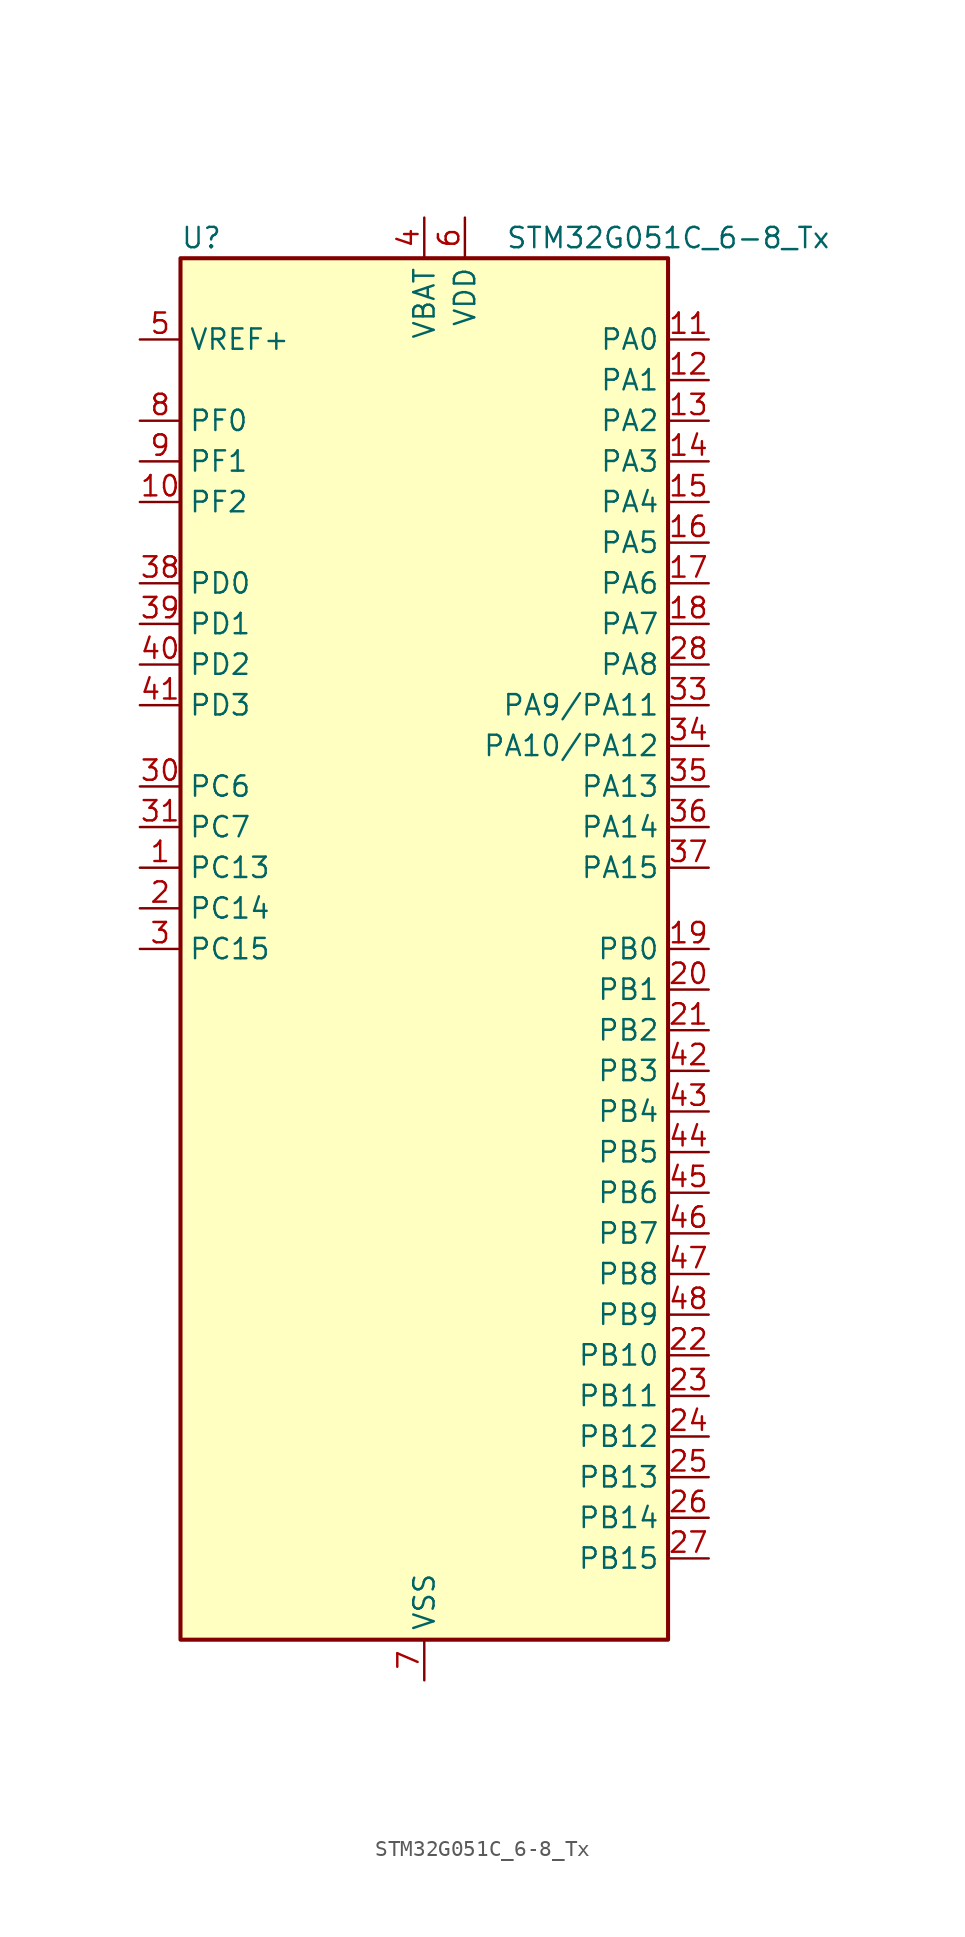
<source format=kicad_sym>
(kicad_symbol_lib
  (version 20231120)
  (generator "kicad-library-utils")
  (generator_version "8.0")
  (symbol "STM32G051C_6-8_Tx"
    (property "Reference" "U"
      (at -15.24 44.45 0)
      (effects (font (size 1.27 1.27)) (justify left)))
    (property "Value" "STM32G051C_6-8_Tx"
      (at 5.08 44.45 0)
      (effects (font (size 1.27 1.27)) (justify left)))
    (symbol "STM32G051C_6-8_Tx_0_1"
      (rectangle (start -15.24 -43.18) (end 15.24 43.18) (stroke (width 0.254) (type default)) (fill (type background))))
    (symbol "STM32G051C_6-8_Tx_1_1"
      (pin bidirectional line (at -17.78 5.08 0) (length 2.54) (name "PC13" (effects (font (size 1.27 1.27)))) (number "1" (effects (font (size 1.27 1.27)))) (alternate "RTC_OUT1" bidirectional line) (alternate "RTC_TAMP_IN1" bidirectional line) (alternate "RTC_TS" bidirectional line) (alternate "SYS_WKUP2" bidirectional line) (alternate "TIM1_BK" bidirectional line))
      (pin bidirectional line (at -17.78 27.94 0) (length 2.54) (name "PF2" (effects (font (size 1.27 1.27)))) (number "10" (effects (font (size 1.27 1.27)))) (alternate "RCC_MCO" bidirectional line))
      (pin bidirectional line (at 17.78 38.1 180) (length 2.54) (name "PA0" (effects (font (size 1.27 1.27)))) (number "11" (effects (font (size 1.27 1.27)))) (alternate "ADC1_IN0" bidirectional line) (alternate "COMP1_INM" bidirectional line) (alternate "COMP1_OUT" bidirectional line) (alternate "LPTIM1_OUT" bidirectional line) (alternate "RTC_TAMP_IN2" bidirectional line) (alternate "SPI2_SCK" bidirectional line) (alternate "SYS_WKUP1" bidirectional line) (alternate "TIM2_CH1" bidirectional line) (alternate "TIM2_ETR" bidirectional line) (alternate "USART2_CTS" bidirectional line) (alternate "USART2_NSS" bidirectional line))
      (pin bidirectional line (at 17.78 35.56 180) (length 2.54) (name "PA1" (effects (font (size 1.27 1.27)))) (number "12" (effects (font (size 1.27 1.27)))) (alternate "ADC1_IN1" bidirectional line) (alternate "COMP1_INP" bidirectional line) (alternate "I2C1_SMBA" bidirectional line) (alternate "I2S1_CK" bidirectional line) (alternate "SPI1_SCK" bidirectional line) (alternate "TIM15_CH1N" bidirectional line) (alternate "TIM2_CH2" bidirectional line) (alternate "USART2_CK" bidirectional line) (alternate "USART2_DE" bidirectional line) (alternate "USART2_RTS" bidirectional line))
      (pin bidirectional line (at 17.78 33.02 180) (length 2.54) (name "PA2" (effects (font (size 1.27 1.27)))) (number "13" (effects (font (size 1.27 1.27)))) (alternate "ADC1_IN2" bidirectional line) (alternate "COMP2_INM" bidirectional line) (alternate "COMP2_OUT" bidirectional line) (alternate "I2S1_SD" bidirectional line) (alternate "LPUART1_TX" bidirectional line) (alternate "RCC_LSCO" bidirectional line) (alternate "SPI1_MOSI" bidirectional line) (alternate "SYS_WKUP4" bidirectional line) (alternate "TIM15_CH1" bidirectional line) (alternate "TIM2_CH3" bidirectional line) (alternate "USART2_TX" bidirectional line))
      (pin bidirectional line (at 17.78 30.48 180) (length 2.54) (name "PA3" (effects (font (size 1.27 1.27)))) (number "14" (effects (font (size 1.27 1.27)))) (alternate "ADC1_IN3" bidirectional line) (alternate "COMP2_INP" bidirectional line) (alternate "LPUART1_RX" bidirectional line) (alternate "SPI2_MISO" bidirectional line) (alternate "TIM15_CH2" bidirectional line) (alternate "TIM2_CH4" bidirectional line) (alternate "USART2_RX" bidirectional line))
      (pin bidirectional line (at 17.78 27.94 180) (length 2.54) (name "PA4" (effects (font (size 1.27 1.27)))) (number "15" (effects (font (size 1.27 1.27)))) (alternate "ADC1_IN4" bidirectional line) (alternate "DAC1_OUT1" bidirectional line) (alternate "I2S1_WS" bidirectional line) (alternate "LPTIM2_OUT" bidirectional line) (alternate "RTC_OUT2" bidirectional line) (alternate "SPI1_NSS" bidirectional line) (alternate "SPI2_MOSI" bidirectional line) (alternate "TIM14_CH1" bidirectional line))
      (pin bidirectional line (at 17.78 25.4 180) (length 2.54) (name "PA5" (effects (font (size 1.27 1.27)))) (number "16" (effects (font (size 1.27 1.27)))) (alternate "ADC1_IN5" bidirectional line) (alternate "DAC1_OUT2" bidirectional line) (alternate "I2S1_CK" bidirectional line) (alternate "LPTIM2_ETR" bidirectional line) (alternate "SPI1_SCK" bidirectional line) (alternate "TIM2_CH1" bidirectional line) (alternate "TIM2_ETR" bidirectional line))
      (pin bidirectional line (at 17.78 22.86 180) (length 2.54) (name "PA6" (effects (font (size 1.27 1.27)))) (number "17" (effects (font (size 1.27 1.27)))) (alternate "ADC1_IN6" bidirectional line) (alternate "COMP1_OUT" bidirectional line) (alternate "I2S1_MCK" bidirectional line) (alternate "LPUART1_CTS" bidirectional line) (alternate "SPI1_MISO" bidirectional line) (alternate "TIM16_CH1" bidirectional line) (alternate "TIM1_BK" bidirectional line) (alternate "TIM3_CH1" bidirectional line))
      (pin bidirectional line (at 17.78 20.32 180) (length 2.54) (name "PA7" (effects (font (size 1.27 1.27)))) (number "18" (effects (font (size 1.27 1.27)))) (alternate "ADC1_IN7" bidirectional line) (alternate "COMP2_OUT" bidirectional line) (alternate "I2S1_SD" bidirectional line) (alternate "SPI1_MOSI" bidirectional line) (alternate "TIM14_CH1" bidirectional line) (alternate "TIM17_CH1" bidirectional line) (alternate "TIM1_CH1N" bidirectional line) (alternate "TIM3_CH2" bidirectional line))
      (pin bidirectional line (at 17.78 0 180) (length 2.54) (name "PB0" (effects (font (size 1.27 1.27)))) (number "19" (effects (font (size 1.27 1.27)))) (alternate "ADC1_IN8" bidirectional line) (alternate "COMP1_OUT" bidirectional line) (alternate "I2S1_WS" bidirectional line) (alternate "LPTIM1_OUT" bidirectional line) (alternate "SPI1_NSS" bidirectional line) (alternate "TIM1_CH2N" bidirectional line) (alternate "TIM3_CH3" bidirectional line))
      (pin bidirectional line (at -17.78 2.54 0) (length 2.54) (name "PC14" (effects (font (size 1.27 1.27)))) (number "2" (effects (font (size 1.27 1.27)))) (alternate "RCC_OSC32_IN" bidirectional line) (alternate "TIM1_BK2" bidirectional line))
      (pin bidirectional line (at 17.78 -2.54 180) (length 2.54) (name "PB1" (effects (font (size 1.27 1.27)))) (number "20" (effects (font (size 1.27 1.27)))) (alternate "ADC1_IN9" bidirectional line) (alternate "COMP1_INM" bidirectional line) (alternate "LPTIM2_IN1" bidirectional line) (alternate "LPUART1_DE" bidirectional line) (alternate "LPUART1_RTS" bidirectional line) (alternate "TIM14_CH1" bidirectional line) (alternate "TIM1_CH3N" bidirectional line) (alternate "TIM3_CH4" bidirectional line))
      (pin bidirectional line (at 17.78 -5.08 180) (length 2.54) (name "PB2" (effects (font (size 1.27 1.27)))) (number "21" (effects (font (size 1.27 1.27)))) (alternate "ADC1_IN10" bidirectional line) (alternate "COMP1_INP" bidirectional line) (alternate "LPTIM1_OUT" bidirectional line) (alternate "SPI2_MISO" bidirectional line))
      (pin bidirectional line (at 17.78 -25.4 180) (length 2.54) (name "PB10" (effects (font (size 1.27 1.27)))) (number "22" (effects (font (size 1.27 1.27)))) (alternate "ADC1_IN11" bidirectional line) (alternate "COMP1_OUT" bidirectional line) (alternate "I2C2_SCL" bidirectional line) (alternate "LPUART1_RX" bidirectional line) (alternate "SPI2_SCK" bidirectional line) (alternate "TIM2_CH3" bidirectional line))
      (pin bidirectional line (at 17.78 -27.94 180) (length 2.54) (name "PB11" (effects (font (size 1.27 1.27)))) (number "23" (effects (font (size 1.27 1.27)))) (alternate "ADC1_EXTI11" bidirectional line) (alternate "ADC1_IN15" bidirectional line) (alternate "COMP2_OUT" bidirectional line) (alternate "I2C2_SDA" bidirectional line) (alternate "LPUART1_TX" bidirectional line) (alternate "SPI2_MOSI" bidirectional line) (alternate "TIM2_CH4" bidirectional line))
      (pin bidirectional line (at 17.78 -30.48 180) (length 2.54) (name "PB12" (effects (font (size 1.27 1.27)))) (number "24" (effects (font (size 1.27 1.27)))) (alternate "ADC1_IN16" bidirectional line) (alternate "LPUART1_DE" bidirectional line) (alternate "LPUART1_RTS" bidirectional line) (alternate "SPI2_NSS" bidirectional line) (alternate "TIM15_BK" bidirectional line) (alternate "TIM1_BK" bidirectional line))
      (pin bidirectional line (at 17.78 -33.02 180) (length 2.54) (name "PB13" (effects (font (size 1.27 1.27)))) (number "25" (effects (font (size 1.27 1.27)))) (alternate "I2C2_SCL" bidirectional line) (alternate "LPUART1_CTS" bidirectional line) (alternate "SPI2_SCK" bidirectional line) (alternate "TIM15_CH1N" bidirectional line) (alternate "TIM1_CH1N" bidirectional line))
      (pin bidirectional line (at 17.78 -35.56 180) (length 2.54) (name "PB14" (effects (font (size 1.27 1.27)))) (number "26" (effects (font (size 1.27 1.27)))) (alternate "I2C2_SDA" bidirectional line) (alternate "SPI2_MISO" bidirectional line) (alternate "TIM15_CH1" bidirectional line) (alternate "TIM1_CH2N" bidirectional line))
      (pin bidirectional line (at 17.78 -38.1 180) (length 2.54) (name "PB15" (effects (font (size 1.27 1.27)))) (number "27" (effects (font (size 1.27 1.27)))) (alternate "RTC_REFIN" bidirectional line) (alternate "SPI2_MOSI" bidirectional line) (alternate "TIM15_CH1N" bidirectional line) (alternate "TIM15_CH2" bidirectional line) (alternate "TIM1_CH3N" bidirectional line))
      (pin bidirectional line (at 17.78 17.78 180) (length 2.54) (name "PA8" (effects (font (size 1.27 1.27)))) (number "28" (effects (font (size 1.27 1.27)))) (alternate "LPTIM2_OUT" bidirectional line) (alternate "RCC_MCO" bidirectional line) (alternate "SPI2_NSS" bidirectional line) (alternate "TIM1_CH1" bidirectional line))
      (pin no_connect line (at -15.24 -43.18 0) (length 2.54) hide (name "NC/PA9" (effects (font (size 1.27 1.27)))) (number "29" (effects (font (size 1.27 1.27)))) (alternate "NC" bidirectional line) (alternate "PA9" bidirectional line) (alternate "DAC1_EXTI9 (PA9)" bidirectional line) (alternate "I2C1_SCL (PA9)" bidirectional line) (alternate "RCC_MCO (PA9)" bidirectional line) (alternate "SPI2_MISO (PA9)" bidirectional line) (alternate "TIM15_BK (PA9)" bidirectional line) (alternate "TIM1_CH2 (PA9)" bidirectional line) (alternate "USART1_TX (PA9)" bidirectional line))
      (pin bidirectional line (at -17.78 0 0) (length 2.54) (name "PC15" (effects (font (size 1.27 1.27)))) (number "3" (effects (font (size 1.27 1.27)))) (alternate "RCC_OSC32_EN" bidirectional line) (alternate "RCC_OSC32_OUT" bidirectional line) (alternate "RCC_OSC_EN" bidirectional line) (alternate "TIM15_BK" bidirectional line))
      (pin bidirectional line (at -17.78 10.16 0) (length 2.54) (name "PC6" (effects (font (size 1.27 1.27)))) (number "30" (effects (font (size 1.27 1.27)))) (alternate "TIM2_CH3" bidirectional line) (alternate "TIM3_CH1" bidirectional line))
      (pin bidirectional line (at -17.78 7.62 0) (length 2.54) (name "PC7" (effects (font (size 1.27 1.27)))) (number "31" (effects (font (size 1.27 1.27)))) (alternate "TIM2_CH4" bidirectional line) (alternate "TIM3_CH2" bidirectional line))
      (pin no_connect line (at -15.24 -40.64 0) (length 2.54) hide (name "NC/PA10" (effects (font (size 1.27 1.27)))) (number "32" (effects (font (size 1.27 1.27)))) (alternate "NC" bidirectional line) (alternate "PA10" bidirectional line) (alternate "I2C1_SDA (PA10)" bidirectional line) (alternate "SPI2_MOSI (PA10)" bidirectional line) (alternate "TIM17_BK (PA10)" bidirectional line) (alternate "TIM1_CH3 (PA10)" bidirectional line) (alternate "USART1_RX (PA10)" bidirectional line))
      (pin bidirectional line (at 17.78 15.24 180) (length 2.54) (name "PA9/PA11" (effects (font (size 1.27 1.27)))) (number "33" (effects (font (size 1.27 1.27)))) (alternate "PA9" bidirectional line) (alternate "DAC1_EXTI9 (PA9)" bidirectional line) (alternate "I2C1_SCL (PA9)" bidirectional line) (alternate "RCC_MCO (PA9)" bidirectional line) (alternate "SPI2_MISO (PA9)" bidirectional line) (alternate "TIM15_BK (PA9)" bidirectional line) (alternate "TIM1_CH2 (PA9)" bidirectional line) (alternate "USART1_TX (PA9)" bidirectional line) (alternate "PA11" bidirectional line) (alternate "ADC1_EXTI11 (PA11)" bidirectional line) (alternate "COMP1_OUT (PA11)" bidirectional line) (alternate "I2C2_SCL (PA11)" bidirectional line) (alternate "I2S1_MCK (PA11)" bidirectional line) (alternate "SPI1_MISO (PA11)" bidirectional line) (alternate "TIM1_BK2 (PA11)" bidirectional line) (alternate "TIM1_CH4 (PA11)" bidirectional line) (alternate "USART1_CTS (PA11)" bidirectional line) (alternate "USART1_NSS (PA11)" bidirectional line))
      (pin bidirectional line (at 17.78 12.7 180) (length 2.54) (name "PA10/PA12" (effects (font (size 1.27 1.27)))) (number "34" (effects (font (size 1.27 1.27)))) (alternate "PA10" bidirectional line) (alternate "I2C1_SDA (PA10)" bidirectional line) (alternate "SPI2_MOSI (PA10)" bidirectional line) (alternate "TIM17_BK (PA10)" bidirectional line) (alternate "TIM1_CH3 (PA10)" bidirectional line) (alternate "USART1_RX (PA10)" bidirectional line) (alternate "PA12" bidirectional line) (alternate "COMP2_OUT (PA12)" bidirectional line) (alternate "I2C2_SDA (PA12)" bidirectional line) (alternate "I2S1_SD (PA12)" bidirectional line) (alternate "I2S_CKIN (PA12)" bidirectional line) (alternate "SPI1_MOSI (PA12)" bidirectional line) (alternate "TIM1_ETR (PA12)" bidirectional line) (alternate "USART1_CK (PA12)" bidirectional line) (alternate "USART1_DE (PA12)" bidirectional line) (alternate "USART1_RTS (PA12)" bidirectional line))
      (pin bidirectional line (at 17.78 10.16 180) (length 2.54) (name "PA13" (effects (font (size 1.27 1.27)))) (number "35" (effects (font (size 1.27 1.27)))) (alternate "ADC1_IN17" bidirectional line) (alternate "IR_OUT" bidirectional line) (alternate "SYS_SWDIO" bidirectional line))
      (pin bidirectional line (at 17.78 7.62 180) (length 2.54) (name "PA14" (effects (font (size 1.27 1.27)))) (number "36" (effects (font (size 1.27 1.27)))) (alternate "ADC1_IN18" bidirectional line) (alternate "SYS_SWCLK" bidirectional line) (alternate "USART2_TX" bidirectional line))
      (pin bidirectional line (at 17.78 5.08 180) (length 2.54) (name "PA15" (effects (font (size 1.27 1.27)))) (number "37" (effects (font (size 1.27 1.27)))) (alternate "I2S1_WS" bidirectional line) (alternate "SPI1_NSS" bidirectional line) (alternate "TIM2_CH1" bidirectional line) (alternate "TIM2_ETR" bidirectional line) (alternate "USART2_RX" bidirectional line))
      (pin bidirectional line (at -17.78 22.86 0) (length 2.54) (name "PD0" (effects (font (size 1.27 1.27)))) (number "38" (effects (font (size 1.27 1.27)))) (alternate "SPI2_NSS" bidirectional line) (alternate "TIM16_CH1" bidirectional line))
      (pin bidirectional line (at -17.78 20.32 0) (length 2.54) (name "PD1" (effects (font (size 1.27 1.27)))) (number "39" (effects (font (size 1.27 1.27)))) (alternate "SPI2_SCK" bidirectional line) (alternate "TIM17_CH1" bidirectional line))
      (pin power_in line (at 0 45.72 270) (length 2.54) (name "VBAT" (effects (font (size 1.27 1.27)))) (number "4" (effects (font (size 1.27 1.27)))))
      (pin bidirectional line (at -17.78 17.78 0) (length 2.54) (name "PD2" (effects (font (size 1.27 1.27)))) (number "40" (effects (font (size 1.27 1.27)))) (alternate "TIM1_CH1N" bidirectional line) (alternate "TIM3_ETR" bidirectional line))
      (pin bidirectional line (at -17.78 15.24 0) (length 2.54) (name "PD3" (effects (font (size 1.27 1.27)))) (number "41" (effects (font (size 1.27 1.27)))) (alternate "SPI2_MISO" bidirectional line) (alternate "TIM1_CH2N" bidirectional line) (alternate "USART2_CTS" bidirectional line) (alternate "USART2_NSS" bidirectional line))
      (pin bidirectional line (at 17.78 -7.62 180) (length 2.54) (name "PB3" (effects (font (size 1.27 1.27)))) (number "42" (effects (font (size 1.27 1.27)))) (alternate "COMP2_INM" bidirectional line) (alternate "I2S1_CK" bidirectional line) (alternate "SPI1_SCK" bidirectional line) (alternate "TIM1_CH2" bidirectional line) (alternate "TIM2_CH2" bidirectional line) (alternate "USART1_CK" bidirectional line) (alternate "USART1_DE" bidirectional line) (alternate "USART1_RTS" bidirectional line))
      (pin bidirectional line (at 17.78 -10.16 180) (length 2.54) (name "PB4" (effects (font (size 1.27 1.27)))) (number "43" (effects (font (size 1.27 1.27)))) (alternate "COMP2_INP" bidirectional line) (alternate "I2S1_MCK" bidirectional line) (alternate "SPI1_MISO" bidirectional line) (alternate "TIM17_BK" bidirectional line) (alternate "TIM3_CH1" bidirectional line) (alternate "USART1_CTS" bidirectional line) (alternate "USART1_NSS" bidirectional line))
      (pin bidirectional line (at 17.78 -12.7 180) (length 2.54) (name "PB5" (effects (font (size 1.27 1.27)))) (number "44" (effects (font (size 1.27 1.27)))) (alternate "COMP2_OUT" bidirectional line) (alternate "I2C1_SMBA" bidirectional line) (alternate "I2S1_SD" bidirectional line) (alternate "LPTIM1_IN1" bidirectional line) (alternate "SPI1_MOSI" bidirectional line) (alternate "SYS_WKUP6" bidirectional line) (alternate "TIM16_BK" bidirectional line) (alternate "TIM3_CH2" bidirectional line))
      (pin bidirectional line (at 17.78 -15.24 180) (length 2.54) (name "PB6" (effects (font (size 1.27 1.27)))) (number "45" (effects (font (size 1.27 1.27)))) (alternate "COMP2_INP" bidirectional line) (alternate "I2C1_SCL" bidirectional line) (alternate "LPTIM1_ETR" bidirectional line) (alternate "SPI2_MISO" bidirectional line) (alternate "TIM16_CH1N" bidirectional line) (alternate "TIM1_CH3" bidirectional line) (alternate "USART1_TX" bidirectional line))
      (pin bidirectional line (at 17.78 -17.78 180) (length 2.54) (name "PB7" (effects (font (size 1.27 1.27)))) (number "46" (effects (font (size 1.27 1.27)))) (alternate "COMP2_INM" bidirectional line) (alternate "I2C1_SDA" bidirectional line) (alternate "LPTIM1_IN2" bidirectional line) (alternate "SPI2_MOSI" bidirectional line) (alternate "SYS_PVD_IN" bidirectional line) (alternate "TIM17_CH1N" bidirectional line) (alternate "USART1_RX" bidirectional line))
      (pin bidirectional line (at 17.78 -20.32 180) (length 2.54) (name "PB8" (effects (font (size 1.27 1.27)))) (number "47" (effects (font (size 1.27 1.27)))) (alternate "I2C1_SCL" bidirectional line) (alternate "SPI2_SCK" bidirectional line) (alternate "TIM15_BK" bidirectional line) (alternate "TIM16_CH1" bidirectional line))
      (pin bidirectional line (at 17.78 -22.86 180) (length 2.54) (name "PB9" (effects (font (size 1.27 1.27)))) (number "48" (effects (font (size 1.27 1.27)))) (alternate "DAC1_EXTI9" bidirectional line) (alternate "I2C1_SDA" bidirectional line) (alternate "IR_OUT" bidirectional line) (alternate "SPI2_NSS" bidirectional line) (alternate "TIM17_CH1" bidirectional line))
      (pin input line (at -17.78 38.1 0) (length 2.54) (name "VREF+" (effects (font (size 1.27 1.27)))) (number "5" (effects (font (size 1.27 1.27)))) (alternate "VREFBUF_OUT" bidirectional line))
      (pin power_in line (at 2.54 45.72 270) (length 2.54) (name "VDD" (effects (font (size 1.27 1.27)))) (number "6" (effects (font (size 1.27 1.27)))))
      (pin power_in line (at 0 -45.72 90) (length 2.54) (name "VSS" (effects (font (size 1.27 1.27)))) (number "7" (effects (font (size 1.27 1.27)))))
      (pin bidirectional line (at -17.78 33.02 0) (length 2.54) (name "PF0" (effects (font (size 1.27 1.27)))) (number "8" (effects (font (size 1.27 1.27)))) (alternate "RCC_OSC_IN" bidirectional line) (alternate "TIM14_CH1" bidirectional line))
      (pin bidirectional line (at -17.78 30.48 0) (length 2.54) (name "PF1" (effects (font (size 1.27 1.27)))) (number "9" (effects (font (size 1.27 1.27)))) (alternate "RCC_OSC_EN" bidirectional line) (alternate "RCC_OSC_OUT" bidirectional line) (alternate "TIM15_CH1N" bidirectional line)))))
</source>
